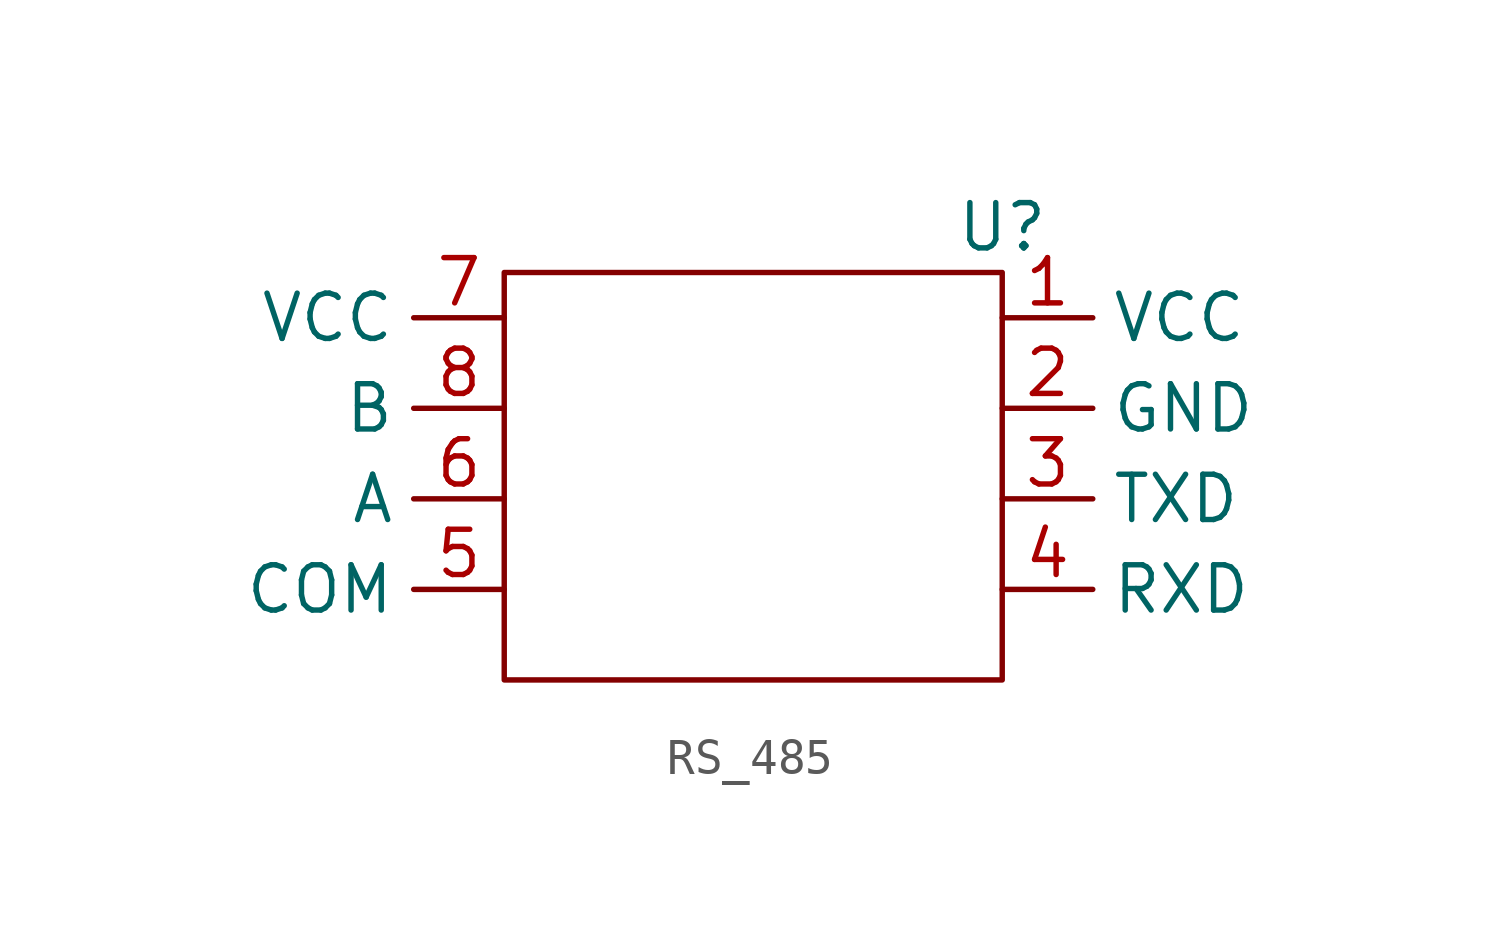
<source format=kicad_sym>
(kicad_symbol_lib
  (version 20231120)
  (generator "kicad_symbol_editor")
  (generator_version "8.0")
  (symbol "RS_485"
    (property "Reference" "U"
      (at 0 0 0)
      (effects (font (size 1.27 1.27))))
    (property "Value" ""
      (at 0 0 0)
      (effects (font (size 1.27 1.27))))
    (symbol "RS_485_0_1"
      (rectangle (start -13.97 -1.27) (end 0 -12.7) (stroke (width 0) (type default)) (fill (type none))))
    (symbol "RS_485_1_1"
      (pin input line (at 0 -2.54 0) (length 2.54) (name "VCC" (effects (font (size 1.27 1.27)))) (number "1" (effects (font (size 1.27 1.27)))))
      (pin input line (at 0 -5.08 0) (length 2.54) (name "GND" (effects (font (size 1.27 1.27)))) (number "2" (effects (font (size 1.27 1.27)))))
      (pin input line (at 0 -7.62 0) (length 2.54) (name "TXD" (effects (font (size 1.27 1.27)))) (number "3" (effects (font (size 1.27 1.27)))))
      (pin input line (at 0 -10.16 0) (length 2.54) (name "RXD" (effects (font (size 1.27 1.27)))) (number "4" (effects (font (size 1.27 1.27)))))
      (pin input line (at -13.97 -10.16 180) (length 2.54) (name "COM" (effects (font (size 1.27 1.27)))) (number "5" (effects (font (size 1.27 1.27)))))
      (pin input line (at -13.97 -7.62 180) (length 2.54) (name "A" (effects (font (size 1.27 1.27)))) (number "6" (effects (font (size 1.27 1.27)))))
      (pin input line (at -13.97 -2.54 180) (length 2.54) (name "VCC" (effects (font (size 1.27 1.27)))) (number "7" (effects (font (size 1.27 1.27)))))
      (pin input line (at -13.97 -5.08 180) (length 2.54) (name "B" (effects (font (size 1.27 1.27)))) (number "8" (effects (font (size 1.27 1.27))))))))
</source>
